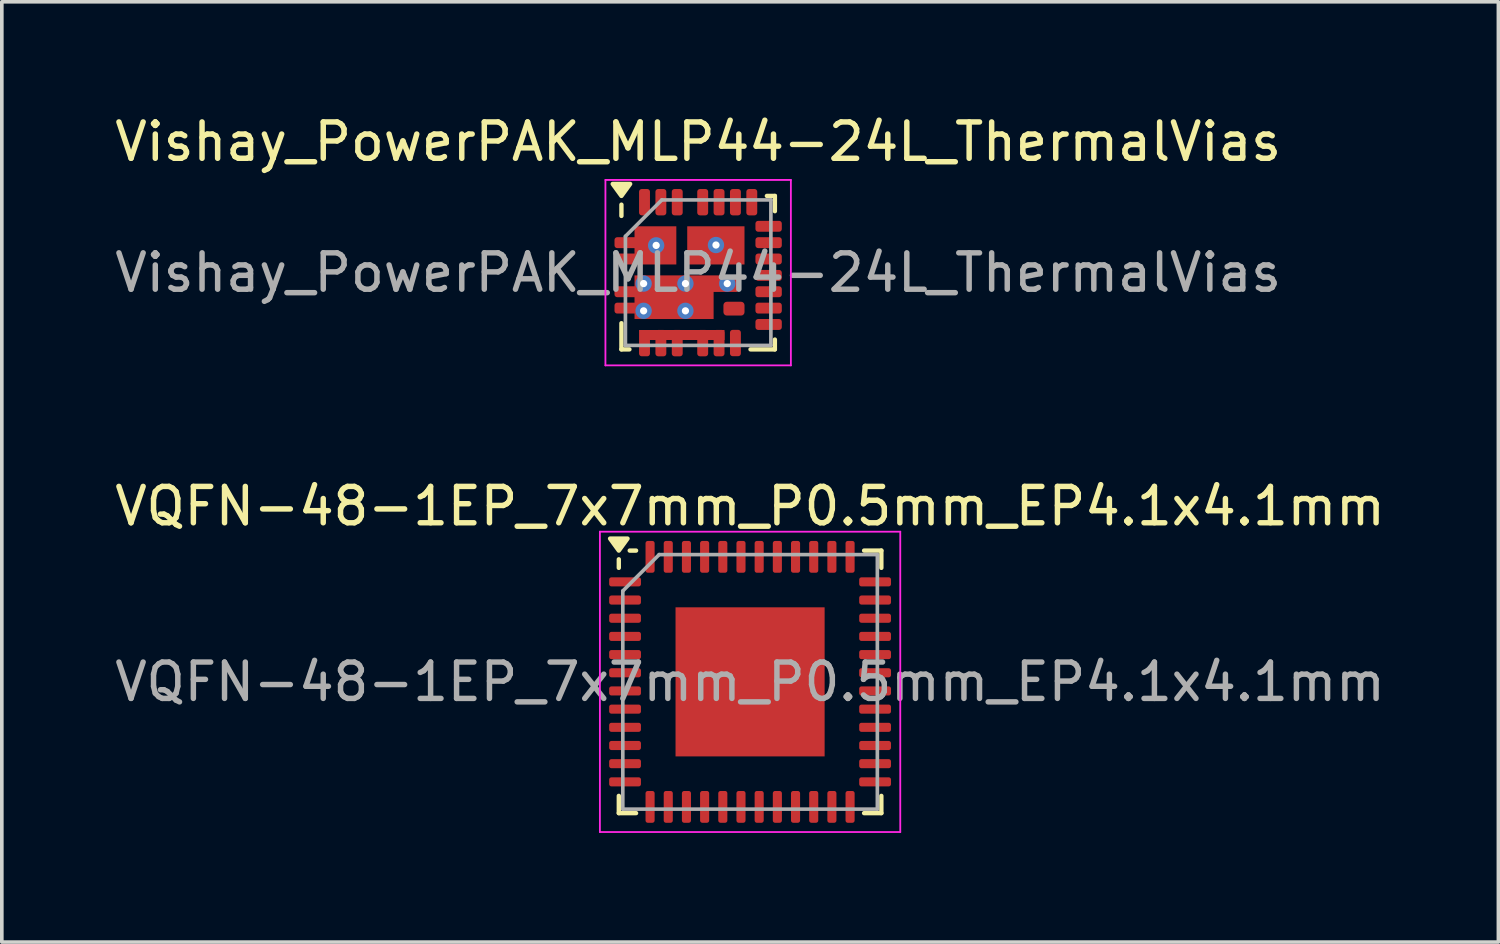
<source format=kicad_pcb>
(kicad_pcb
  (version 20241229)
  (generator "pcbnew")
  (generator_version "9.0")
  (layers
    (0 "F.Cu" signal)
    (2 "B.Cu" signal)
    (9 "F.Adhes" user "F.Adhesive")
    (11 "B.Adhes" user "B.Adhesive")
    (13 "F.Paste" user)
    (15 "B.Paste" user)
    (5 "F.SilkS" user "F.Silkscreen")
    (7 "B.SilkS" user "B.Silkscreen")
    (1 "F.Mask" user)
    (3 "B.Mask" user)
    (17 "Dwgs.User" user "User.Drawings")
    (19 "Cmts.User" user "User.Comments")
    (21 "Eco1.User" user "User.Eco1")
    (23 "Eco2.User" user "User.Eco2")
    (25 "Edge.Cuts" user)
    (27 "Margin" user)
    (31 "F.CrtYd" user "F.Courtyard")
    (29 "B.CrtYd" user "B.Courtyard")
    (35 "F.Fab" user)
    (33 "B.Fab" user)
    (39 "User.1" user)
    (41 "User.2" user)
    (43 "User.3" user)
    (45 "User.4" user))
  (footprint "Vishay_PowerPAK_MLP44-24L_ThermalVias"
    (layer "F.Cu")
    (at 16.149 4.448)
    (property "Reference" "Vishay_PowerPAK_MLP44-24L_ThermalVias" (at 0 -3.6 0) (layer "F.SilkS") (effects (font (size 1 1) (thickness 0.15))))
    (attr smd)
    (fp_line (start -2.11 -1.56) (end -2.11 -1.87) (stroke (width 0.12) (type solid)) (layer "F.SilkS"))
    (fp_line (start -2.11 2.11) (end -2.11 1.39) (stroke (width 0.12) (type solid)) (layer "F.SilkS"))
    (fp_line (start -1.89 2.11) (end -2.11 2.11) (stroke (width 0.12) (type solid)) (layer "F.SilkS"))
    (fp_line (start 1.44 2.11) (end 2.11 2.11) (stroke (width 0.12) (type solid)) (layer "F.SilkS"))
    (fp_line (start 1.89 -2.11) (end 2.11 -2.11) (stroke (width 0.12) (type solid)) (layer "F.SilkS"))
    (fp_line (start 2.11 -2.11) (end 2.11 -1.69) (stroke (width 0.12) (type solid)) (layer "F.SilkS"))
    (fp_line (start 2.11 2.11) (end 2.11 1.84) (stroke (width 0.12) (type solid)) (layer "F.SilkS"))
    (fp_poly (pts (xy -2.11 -2.11) (xy -2.35 -2.44) (xy -1.87 -2.44) (xy -2.11 -2.11)) (stroke (width 0.12) (type solid)) (fill yes) (layer "F.SilkS"))
    (fp_line (start -2.55 -2.55) (end 2.55 -2.55) (stroke (width 0.05) (type solid)) (layer "F.CrtYd"))
    (fp_line (start -2.55 2.55) (end -2.55 -2.55) (stroke (width 0.05) (type solid)) (layer "F.CrtYd"))
    (fp_line (start 2.55 -2.55) (end 2.55 2.55) (stroke (width 0.05) (type solid)) (layer "F.CrtYd"))
    (fp_line (start 2.55 2.55) (end -2.55 2.55) (stroke (width 0.05) (type solid)) (layer "F.CrtYd"))
    (fp_line (start -2 -1) (end -2 2) (stroke (width 0.1) (type solid)) (layer "F.Fab"))
    (fp_line (start -2 2) (end 2 2) (stroke (width 0.1) (type solid)) (layer "F.Fab"))
    (fp_line (start -1 -2) (end -2 -1) (stroke (width 0.1) (type solid)) (layer "F.Fab"))
    (fp_line (start 2 -2) (end -1 -2) (stroke (width 0.1) (type solid)) (layer "F.Fab"))
    (fp_line (start 2 2) (end 2 -2) (stroke (width 0.1) (type solid)) (layer "F.Fab"))
    (fp_text user "${REFERENCE}" (at 0 0 0) (layer "F.Fab") (effects (font (size 1 1) (thickness 0.15))))
    (pad "1" smd roundrect (at -1.938 -0.825 90) (size 0.3 0.725) (layers "F.Cu" "F.Mask" "F.Paste") (roundrect_rratio 0.25))
    (pad "2" smd roundrect (at -1.938 -0.375 90) (size 0.3 0.725) (layers "F.Cu" "F.Mask" "F.Paste") (roundrect_rratio 0.25))
    (pad "3" smd roundrect (at -1.938 0.525 90) (size 0.3 0.725) (layers "F.Cu" "F.Mask" "F.Paste") (roundrect_rratio 0.25))
    (pad "4" smd roundrect (at -1.938 0.975 90) (size 0.3 0.725) (layers "F.Cu" "F.Mask" "F.Paste") (roundrect_rratio 0.25))
    (pad "5" smd custom (at -1.475 1.938) (size 0.3 0.725) (layers "F.Cu" "F.Mask" "F.Paste") (options (anchor circle)) (primitives (gr_poly (pts (xy -0.15 -0.287) (xy -0.144 -0.316) (xy -0.128 -0.341) (xy -0.104 -0.357) (xy -0.075 -0.362) (xy 0.075 -0.362) (xy 0.104 -0.357) (xy 0.128 -0.341) (xy 0.144 -0.316) (xy 0.15 -0.287) (xy 0.15 0.287) (xy 0.144 0.316) (xy 0.128 0.341) (xy 0.104 0.357) (xy 0.075 0.362) (xy -0.075 0.362) (xy -0.104 0.357) (xy -0.128 0.341) (xy -0.144 0.316) (xy -0.15 0.287)) (width 0) (fill yes)) (gr_poly (pts (xy -0.15 -0.362) (xy 2.2 -0.362) (xy 2.2 -0.087) (xy -0.15 -0.087)) (width 0) (fill yes))))
    (pad "6" smd roundrect (at -1.025 1.938) (size 0.3 0.725) (layers "F.Cu" "F.Mask" "F.Paste") (roundrect_rratio 0.25))
    (pad "7" smd roundrect (at -0.575 1.938) (size 0.3 0.725) (layers "F.Cu" "F.Mask" "F.Paste") (roundrect_rratio 0.25))
    (pad "8" smd roundrect (at 0.125 1.938) (size 0.3 0.725) (layers "F.Cu" "F.Mask" "F.Paste") (roundrect_rratio 0.25))
    (pad "9" smd roundrect (at 0.575 1.938) (size 0.3 0.725) (layers "F.Cu" "F.Mask" "F.Paste") (roundrect_rratio 0.25))
    (pad "10" smd roundrect (at 1.025 1.935) (size 0.3 0.725) (layers "F.Cu" "F.Mask" "F.Paste") (roundrect_rratio 0.25))
    (pad "11" smd roundrect (at 1.938 1.425 90) (size 0.3 0.725) (layers "F.Cu" "F.Mask" "F.Paste") (roundrect_rratio 0.25))
    (pad "12" smd roundrect (at 1.938 0.975 90) (size 0.3 0.725) (layers "F.Cu" "F.Mask" "F.Paste") (roundrect_rratio 0.25))
    (pad "13" smd roundrect (at 1.938 0.525 90) (size 0.3 0.725) (layers "F.Cu" "F.Mask" "F.Paste") (roundrect_rratio 0.25))
    (pad "14" smd roundrect (at 1.938 0.075 90) (size 0.3 0.725) (layers "F.Cu" "F.Mask" "F.Paste") (roundrect_rratio 0.25))
    (pad "15" smd roundrect (at 1.938 -0.375 90) (size 0.3 0.725) (layers "F.Cu" "F.Mask" "F.Paste") (roundrect_rratio 0.25))
    (pad "16" smd roundrect (at 1.938 -0.825 90) (size 0.3 0.725) (layers "F.Cu" "F.Mask" "F.Paste") (roundrect_rratio 0.25))
    (pad "17" smd roundrect (at 1.938 -1.275 90) (size 0.3 0.725) (layers "F.Cu" "F.Mask" "F.Paste") (roundrect_rratio 0.25))
    (pad "18" smd roundrect (at 1.475 -1.938) (size 0.3 0.725) (layers "F.Cu" "F.Mask" "F.Paste") (roundrect_rratio 0.25))
    (pad "19" smd roundrect (at 1.025 -1.938) (size 0.3 0.725) (layers "F.Cu" "F.Mask" "F.Paste") (roundrect_rratio 0.25))
    (pad "20" smd roundrect (at 0.575 -1.938) (size 0.3 0.725) (layers "F.Cu" "F.Mask" "F.Paste") (roundrect_rratio 0.25))
    (pad "21" smd roundrect (at 0.125 -1.938) (size 0.3 0.725) (layers "F.Cu" "F.Mask" "F.Paste") (roundrect_rratio 0.25))
    (pad "22" smd roundrect (at -0.575 -1.938) (size 0.3 0.725) (layers "F.Cu" "F.Mask" "F.Paste") (roundrect_rratio 0.25))
    (pad "23" smd roundrect (at -1.025 -1.938) (size 0.3 0.725) (layers "F.Cu" "F.Mask" "F.Paste") (roundrect_rratio 0.25))
    (pad "24" smd roundrect (at -1.475 -1.938) (size 0.3 0.725) (layers "F.Cu" "F.Mask" "F.Paste") (roundrect_rratio 0.25))
    (pad "25" smd rect (at 0.487 -0.75 180) (size 1.575 1.05) (layers "F.Cu" "F.Mask" "F.Paste"))
    (pad "25" thru_hole circle (at 0.49 -0.76) (size 0.45 0.45) (drill 0.2) (property pad_prop_heatsink) (layers "*.Cu" "F.Mask"))
    (pad "26" smd rect (at -1.175 -0.75 180) (size 1.15 1.05) (layers "F.Cu" "F.Mask" "F.Paste"))
    (pad "26" thru_hole circle (at -1.155 -0.75) (size 0.45 0.45) (drill 0.2) (property pad_prop_heatsink) (layers "*.Cu" "F.Mask"))
    (pad "27" thru_hole circle (at -1.5 0.3) (size 0.45 0.45) (drill 0.2) (property pad_prop_heatsink) (layers "*.Cu" "F.Mask"))
    (pad "27" thru_hole circle (at -1.5 1.05) (size 0.45 0.45) (drill 0.2) (property pad_prop_heatsink) (layers "*.Cu" "F.Mask"))
    (pad "27" smd custom (at -0.75 0.775) (size 1 1) (layers "F.Cu" "F.Mask" "F.Paste") (options (anchor rect)) (primitives (gr_poly (pts (xy -1 0.5) (xy -1 -0.7) (xy 1.825 -0.7) (xy 1.825 -0.245) (xy 1.175 -0.245) (xy 1.175 0.5)) (width 0) (fill yes))))
    (pad "27" thru_hole circle (at -0.35 0.3) (size 0.45 0.45) (drill 0.2) (property pad_prop_heatsink) (layers "*.Cu" "F.Mask"))
    (pad "27" thru_hole circle (at -0.35 1.05) (size 0.45 0.45) (drill 0.2) (property pad_prop_heatsink) (layers "*.Cu" "F.Mask"))
    (pad "27" thru_hole circle (at 0.8 0.3) (size 0.45 0.45) (drill 0.2) (property pad_prop_heatsink) (layers "*.Cu" "F.Mask"))
    (pad "28" smd roundrect (at 0.985 0.99 180) (size 0.58 0.38) (layers "F.Cu" "F.Mask" "F.Paste") (roundrect_rratio 0.25)))
  (footprint "VQFN-48-1EP_7x7mm_P0.5mm_EP4.1x4.1mm"
    (layer "F.Cu")
    (at 17.577 15.701)
    (property "Reference" "VQFN-48-1EP_7x7mm_P0.5mm_EP4.1x4.1mm" (at 0 -4.83 0) (layer "F.SilkS") (effects (font (size 1 1) (thickness 0.15))))
    (attr smd)
    (fp_line (start -3.61 -3.135) (end -3.61 -3.37) (stroke (width 0.12) (type solid)) (layer "F.SilkS"))
    (fp_line (start -3.61 3.61) (end -3.61 3.135) (stroke (width 0.12) (type solid)) (layer "F.SilkS"))
    (fp_line (start -3.135 -3.61) (end -3.31 -3.61) (stroke (width 0.12) (type solid)) (layer "F.SilkS"))
    (fp_line (start -3.135 3.61) (end -3.61 3.61) (stroke (width 0.12) (type solid)) (layer "F.SilkS"))
    (fp_line (start 3.135 -3.61) (end 3.61 -3.61) (stroke (width 0.12) (type solid)) (layer "F.SilkS"))
    (fp_line (start 3.135 3.61) (end 3.61 3.61) (stroke (width 0.12) (type solid)) (layer "F.SilkS"))
    (fp_line (start 3.61 -3.61) (end 3.61 -3.135) (stroke (width 0.12) (type solid)) (layer "F.SilkS"))
    (fp_line (start 3.61 3.61) (end 3.61 3.135) (stroke (width 0.12) (type solid)) (layer "F.SilkS"))
    (fp_poly (pts (xy -3.61 -3.61) (xy -3.85 -3.94) (xy -3.37 -3.94) (xy -3.61 -3.61)) (stroke (width 0.12) (type solid)) (fill yes) (layer "F.SilkS"))
    (fp_line (start -4.13 -4.13) (end -4.13 4.13) (stroke (width 0.05) (type solid)) (layer "F.CrtYd"))
    (fp_line (start -4.13 4.13) (end 4.13 4.13) (stroke (width 0.05) (type solid)) (layer "F.CrtYd"))
    (fp_line (start 4.13 -4.13) (end -4.13 -4.13) (stroke (width 0.05) (type solid)) (layer "F.CrtYd"))
    (fp_line (start 4.13 4.13) (end 4.13 -4.13) (stroke (width 0.05) (type solid)) (layer "F.CrtYd"))
    (fp_line (start -3.5 -2.5) (end -2.5 -3.5) (stroke (width 0.1) (type solid)) (layer "F.Fab"))
    (fp_line (start -3.5 3.5) (end -3.5 -2.5) (stroke (width 0.1) (type solid)) (layer "F.Fab"))
    (fp_line (start -2.5 -3.5) (end 3.5 -3.5) (stroke (width 0.1) (type solid)) (layer "F.Fab"))
    (fp_line (start 3.5 -3.5) (end 3.5 3.5) (stroke (width 0.1) (type solid)) (layer "F.Fab"))
    (fp_line (start 3.5 3.5) (end -3.5 3.5) (stroke (width 0.1) (type solid)) (layer "F.Fab"))
    (fp_text user "${REFERENCE}" (at 0 0 0) (layer "F.Fab") (effects (font (size 1 1) (thickness 0.15))))
    (pad "" smd roundrect (at -1.37 -1.37) (size 1.1 1.1) (layers "F.Paste") (roundrect_rratio 0.227))
    (pad "" smd roundrect (at -1.37 0) (size 1.1 1.1) (layers "F.Paste") (roundrect_rratio 0.227))
    (pad "" smd roundrect (at -1.37 1.37) (size 1.1 1.1) (layers "F.Paste") (roundrect_rratio 0.227))
    (pad "" smd roundrect (at 0 -1.37) (size 1.1 1.1) (layers "F.Paste") (roundrect_rratio 0.227))
    (pad "" smd roundrect (at 0 0) (size 1.1 1.1) (layers "F.Paste") (roundrect_rratio 0.227))
    (pad "" smd roundrect (at 0 1.37) (size 1.1 1.1) (layers "F.Paste") (roundrect_rratio 0.227))
    (pad "" smd roundrect (at 1.37 -1.37) (size 1.1 1.1) (layers "F.Paste") (roundrect_rratio 0.227))
    (pad "" smd roundrect (at 1.37 0) (size 1.1 1.1) (layers "F.Paste") (roundrect_rratio 0.227))
    (pad "" smd roundrect (at 1.37 1.37) (size 1.1 1.1) (layers "F.Paste") (roundrect_rratio 0.227))
    (pad "1" smd roundrect (at -3.438 -2.75) (size 0.875 0.25) (layers "F.Cu" "F.Mask" "F.Paste") (roundrect_rratio 0.25))
    (pad "2" smd roundrect (at -3.438 -2.25) (size 0.875 0.25) (layers "F.Cu" "F.Mask" "F.Paste") (roundrect_rratio 0.25))
    (pad "3" smd roundrect (at -3.438 -1.75) (size 0.875 0.25) (layers "F.Cu" "F.Mask" "F.Paste") (roundrect_rratio 0.25))
    (pad "4" smd roundrect (at -3.438 -1.25) (size 0.875 0.25) (layers "F.Cu" "F.Mask" "F.Paste") (roundrect_rratio 0.25))
    (pad "5" smd roundrect (at -3.438 -0.75) (size 0.875 0.25) (layers "F.Cu" "F.Mask" "F.Paste") (roundrect_rratio 0.25))
    (pad "6" smd roundrect (at -3.438 -0.25) (size 0.875 0.25) (layers "F.Cu" "F.Mask" "F.Paste") (roundrect_rratio 0.25))
    (pad "7" smd roundrect (at -3.438 0.25) (size 0.875 0.25) (layers "F.Cu" "F.Mask" "F.Paste") (roundrect_rratio 0.25))
    (pad "8" smd roundrect (at -3.438 0.75) (size 0.875 0.25) (layers "F.Cu" "F.Mask" "F.Paste") (roundrect_rratio 0.25))
    (pad "9" smd roundrect (at -3.438 1.25) (size 0.875 0.25) (layers "F.Cu" "F.Mask" "F.Paste") (roundrect_rratio 0.25))
    (pad "10" smd roundrect (at -3.438 1.75) (size 0.875 0.25) (layers "F.Cu" "F.Mask" "F.Paste") (roundrect_rratio 0.25))
    (pad "11" smd roundrect (at -3.438 2.25) (size 0.875 0.25) (layers "F.Cu" "F.Mask" "F.Paste") (roundrect_rratio 0.25))
    (pad "12" smd roundrect (at -3.438 2.75) (size 0.875 0.25) (layers "F.Cu" "F.Mask" "F.Paste") (roundrect_rratio 0.25))
    (pad "13" smd roundrect (at -2.75 3.438) (size 0.25 0.875) (layers "F.Cu" "F.Mask" "F.Paste") (roundrect_rratio 0.25))
    (pad "14" smd roundrect (at -2.25 3.438) (size 0.25 0.875) (layers "F.Cu" "F.Mask" "F.Paste") (roundrect_rratio 0.25))
    (pad "15" smd roundrect (at -1.75 3.438) (size 0.25 0.875) (layers "F.Cu" "F.Mask" "F.Paste") (roundrect_rratio 0.25))
    (pad "16" smd roundrect (at -1.25 3.438) (size 0.25 0.875) (layers "F.Cu" "F.Mask" "F.Paste") (roundrect_rratio 0.25))
    (pad "17" smd roundrect (at -0.75 3.438) (size 0.25 0.875) (layers "F.Cu" "F.Mask" "F.Paste") (roundrect_rratio 0.25))
    (pad "18" smd roundrect (at -0.25 3.438) (size 0.25 0.875) (layers "F.Cu" "F.Mask" "F.Paste") (roundrect_rratio 0.25))
    (pad "19" smd roundrect (at 0.25 3.438) (size 0.25 0.875) (layers "F.Cu" "F.Mask" "F.Paste") (roundrect_rratio 0.25))
    (pad "20" smd roundrect (at 0.75 3.438) (size 0.25 0.875) (layers "F.Cu" "F.Mask" "F.Paste") (roundrect_rratio 0.25))
    (pad "21" smd roundrect (at 1.25 3.438) (size 0.25 0.875) (layers "F.Cu" "F.Mask" "F.Paste") (roundrect_rratio 0.25))
    (pad "22" smd roundrect (at 1.75 3.438) (size 0.25 0.875) (layers "F.Cu" "F.Mask" "F.Paste") (roundrect_rratio 0.25))
    (pad "23" smd roundrect (at 2.25 3.438) (size 0.25 0.875) (layers "F.Cu" "F.Mask" "F.Paste") (roundrect_rratio 0.25))
    (pad "24" smd roundrect (at 2.75 3.438) (size 0.25 0.875) (layers "F.Cu" "F.Mask" "F.Paste") (roundrect_rratio 0.25))
    (pad "25" smd roundrect (at 3.438 2.75) (size 0.875 0.25) (layers "F.Cu" "F.Mask" "F.Paste") (roundrect_rratio 0.25))
    (pad "26" smd roundrect (at 3.438 2.25) (size 0.875 0.25) (layers "F.Cu" "F.Mask" "F.Paste") (roundrect_rratio 0.25))
    (pad "27" smd roundrect (at 3.438 1.75) (size 0.875 0.25) (layers "F.Cu" "F.Mask" "F.Paste") (roundrect_rratio 0.25))
    (pad "28" smd roundrect (at 3.438 1.25) (size 0.875 0.25) (layers "F.Cu" "F.Mask" "F.Paste") (roundrect_rratio 0.25))
    (pad "29" smd roundrect (at 3.438 0.75) (size 0.875 0.25) (layers "F.Cu" "F.Mask" "F.Paste") (roundrect_rratio 0.25))
    (pad "30" smd roundrect (at 3.438 0.25) (size 0.875 0.25) (layers "F.Cu" "F.Mask" "F.Paste") (roundrect_rratio 0.25))
    (pad "31" smd roundrect (at 3.438 -0.25) (size 0.875 0.25) (layers "F.Cu" "F.Mask" "F.Paste") (roundrect_rratio 0.25))
    (pad "32" smd roundrect (at 3.438 -0.75) (size 0.875 0.25) (layers "F.Cu" "F.Mask" "F.Paste") (roundrect_rratio 0.25))
    (pad "33" smd roundrect (at 3.438 -1.25) (size 0.875 0.25) (layers "F.Cu" "F.Mask" "F.Paste") (roundrect_rratio 0.25))
    (pad "34" smd roundrect (at 3.438 -1.75) (size 0.875 0.25) (layers "F.Cu" "F.Mask" "F.Paste") (roundrect_rratio 0.25))
    (pad "35" smd roundrect (at 3.438 -2.25) (size 0.875 0.25) (layers "F.Cu" "F.Mask" "F.Paste") (roundrect_rratio 0.25))
    (pad "36" smd roundrect (at 3.438 -2.75) (size 0.875 0.25) (layers "F.Cu" "F.Mask" "F.Paste") (roundrect_rratio 0.25))
    (pad "37" smd roundrect (at 2.75 -3.438) (size 0.25 0.875) (layers "F.Cu" "F.Mask" "F.Paste") (roundrect_rratio 0.25))
    (pad "38" smd roundrect (at 2.25 -3.438) (size 0.25 0.875) (layers "F.Cu" "F.Mask" "F.Paste") (roundrect_rratio 0.25))
    (pad "39" smd roundrect (at 1.75 -3.438) (size 0.25 0.875) (layers "F.Cu" "F.Mask" "F.Paste") (roundrect_rratio 0.25))
    (pad "40" smd roundrect (at 1.25 -3.438) (size 0.25 0.875) (layers "F.Cu" "F.Mask" "F.Paste") (roundrect_rratio 0.25))
    (pad "41" smd roundrect (at 0.75 -3.438) (size 0.25 0.875) (layers "F.Cu" "F.Mask" "F.Paste") (roundrect_rratio 0.25))
    (pad "42" smd roundrect (at 0.25 -3.438) (size 0.25 0.875) (layers "F.Cu" "F.Mask" "F.Paste") (roundrect_rratio 0.25))
    (pad "43" smd roundrect (at -0.25 -3.438) (size 0.25 0.875) (layers "F.Cu" "F.Mask" "F.Paste") (roundrect_rratio 0.25))
    (pad "44" smd roundrect (at -0.75 -3.438) (size 0.25 0.875) (layers "F.Cu" "F.Mask" "F.Paste") (roundrect_rratio 0.25))
    (pad "45" smd roundrect (at -1.25 -3.438) (size 0.25 0.875) (layers "F.Cu" "F.Mask" "F.Paste") (roundrect_rratio 0.25))
    (pad "46" smd roundrect (at -1.75 -3.438) (size 0.25 0.875) (layers "F.Cu" "F.Mask" "F.Paste") (roundrect_rratio 0.25))
    (pad "47" smd roundrect (at -2.25 -3.438) (size 0.25 0.875) (layers "F.Cu" "F.Mask" "F.Paste") (roundrect_rratio 0.25))
    (pad "48" smd roundrect (at -2.75 -3.438) (size 0.25 0.875) (layers "F.Cu" "F.Mask" "F.Paste") (roundrect_rratio 0.25))
    (pad "49" smd rect (at 0 0) (size 4.1 4.1) (property pad_prop_heatsink) (layers "F.Cu" "F.Mask")))
  (gr_rect
    (start -3 -3)
    (end 38.155 22.857)
    (stroke (width 0.1) (type default))
    (fill no)
    (layer "Edge.Cuts")))
</source>
